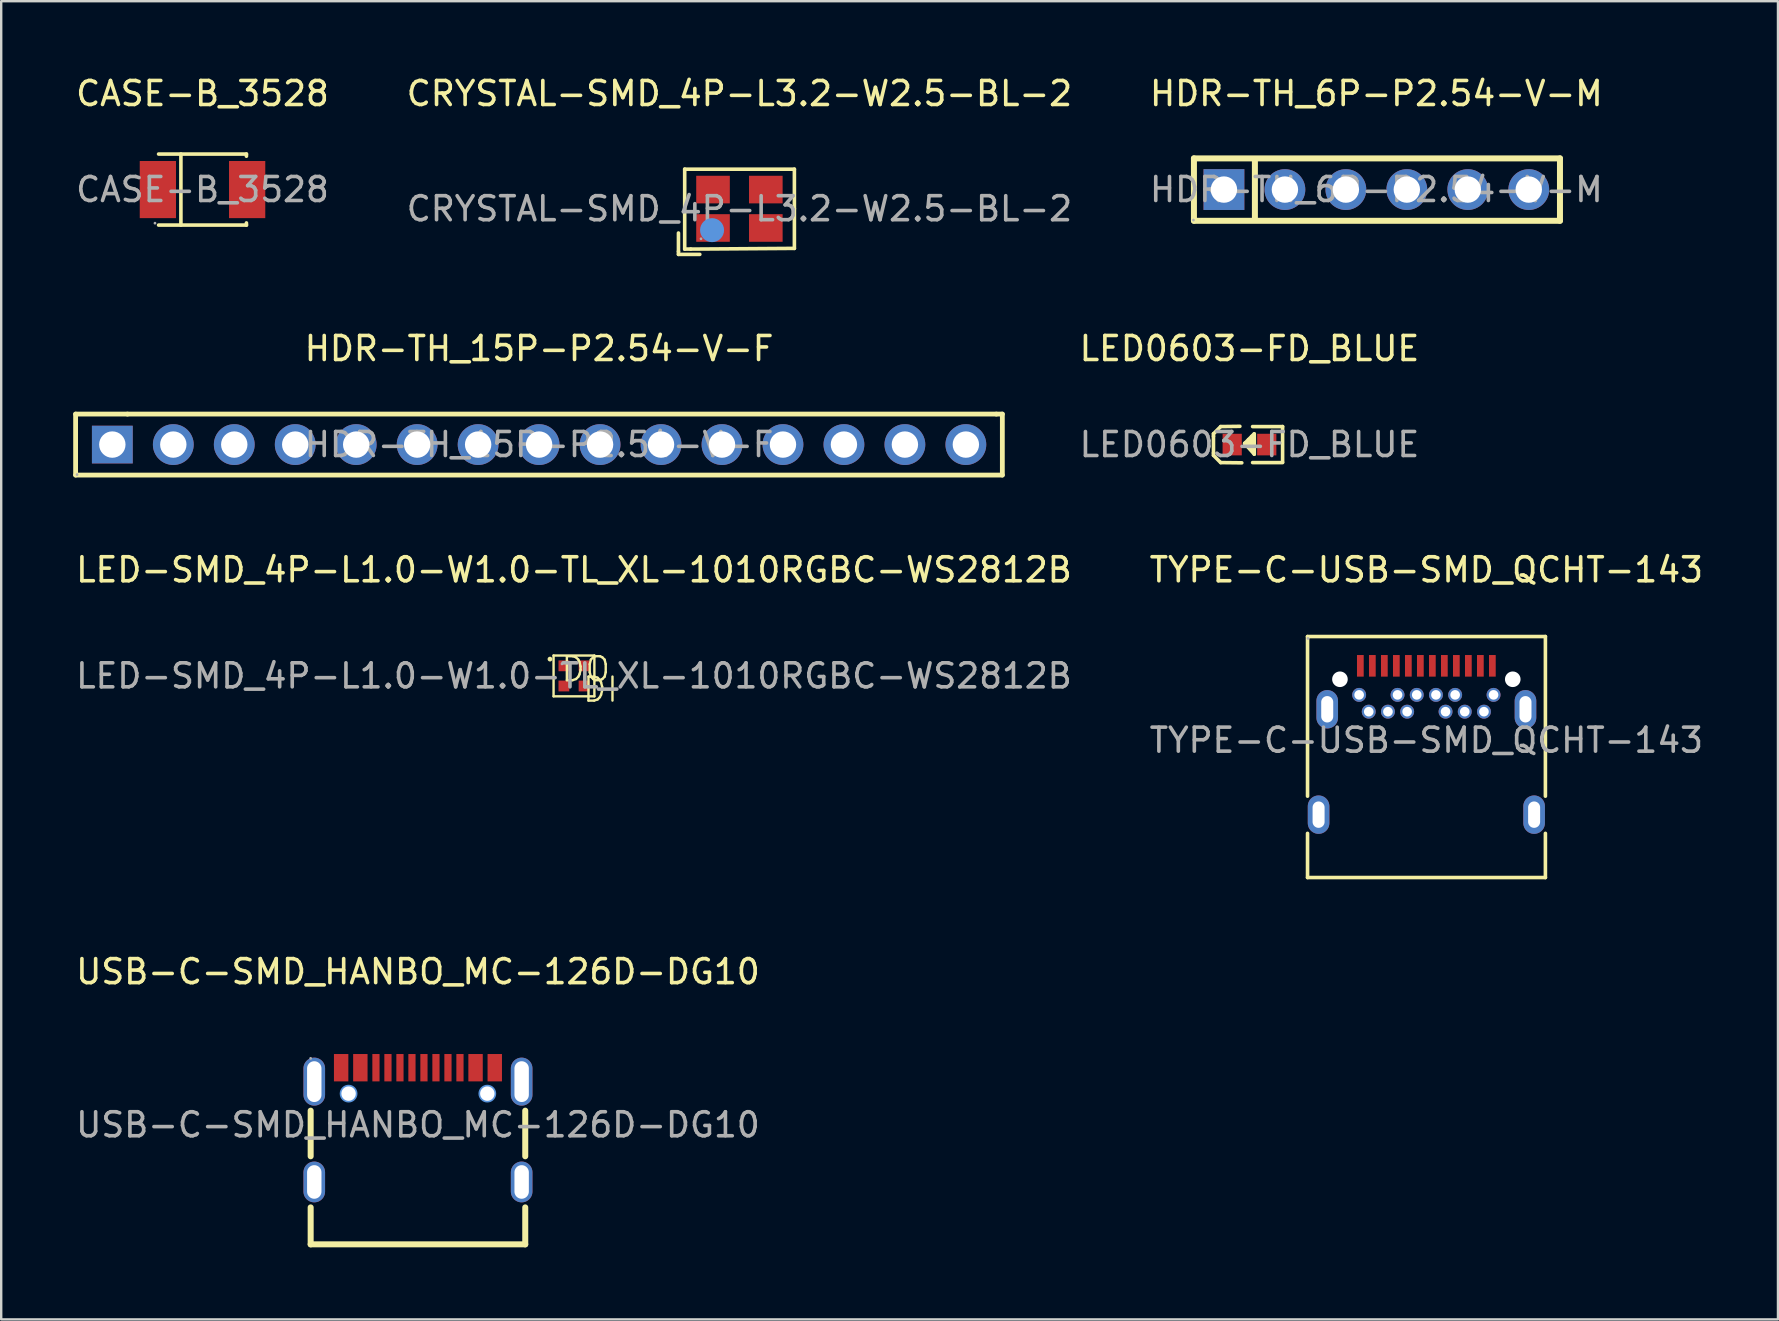
<source format=kicad_pcb>
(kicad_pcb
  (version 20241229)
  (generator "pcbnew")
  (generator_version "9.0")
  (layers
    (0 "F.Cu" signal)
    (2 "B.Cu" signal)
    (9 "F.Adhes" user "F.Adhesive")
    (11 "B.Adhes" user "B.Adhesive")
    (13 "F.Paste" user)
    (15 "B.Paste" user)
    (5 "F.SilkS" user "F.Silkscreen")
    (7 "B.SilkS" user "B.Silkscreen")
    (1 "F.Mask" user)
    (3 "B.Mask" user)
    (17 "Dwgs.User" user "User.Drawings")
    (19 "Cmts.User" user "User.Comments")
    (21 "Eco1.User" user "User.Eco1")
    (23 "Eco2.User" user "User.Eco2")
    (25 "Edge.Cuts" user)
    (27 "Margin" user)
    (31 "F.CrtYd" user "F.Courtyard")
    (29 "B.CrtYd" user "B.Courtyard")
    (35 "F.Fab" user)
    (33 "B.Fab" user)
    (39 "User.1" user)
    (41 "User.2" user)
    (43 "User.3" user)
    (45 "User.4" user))
  (footprint "TYPE-C-USB-SMD_QCHT-143"
    (layer "F.Cu")
    (at 56.375 27.79)
    (property "Reference" "TYPE-C-USB-SMD_QCHT-143" (at 0 -7.1 0) (layer "F.SilkS") (effects (font (size 1 1) (thickness 0.15))))
    (attr smd)
    (fp_line (start -4.95 -4.32) (end 4.96 -4.32) (stroke (width 0.15) (type solid)) (layer "F.SilkS"))
    (fp_line (start -4.95 2.33) (end -4.95 -4.32) (stroke (width 0.15) (type solid)) (layer "F.SilkS"))
    (fp_line (start -4.95 5.72) (end -4.95 3.88) (stroke (width 0.15) (type solid)) (layer "F.SilkS"))
    (fp_line (start 4.96 -4.32) (end 4.96 2.33) (stroke (width 0.15) (type solid)) (layer "F.SilkS"))
    (fp_line (start 4.96 3.88) (end 4.96 5.72) (stroke (width 0.15) (type solid)) (layer "F.SilkS"))
    (fp_line (start 4.96 5.72) (end -4.95 5.72) (stroke (width 0.15) (type solid)) (layer "F.SilkS"))
    (fp_circle (center -4.93 -4.24) (end -4.9 -4.24) (stroke (width 0.06) (type solid)) (fill no) (layer "F.Fab"))
    (fp_text user "${REFERENCE}" (at 0 0 0) (layer "F.Fab") (effects (font (size 1 1) (thickness 0.15))))
    (pad "" np_thru_hole circle (at -3.6 -2.54) (size 0.65 0.65) (drill 0.65) (layers "*.Cu" "*.Mask"))
    (pad "" np_thru_hole circle (at 3.6 -2.54) (size 0.65 0.65) (drill 0.65) (layers "*.Cu" "*.Mask"))
    (pad "0" thru_hole oval (at -4.49 3.1) (size 0.9 1.6) (drill oval 0.5 1.1) (layers "*.Cu" "*.Mask"))
    (pad "0" thru_hole oval (at -4.13 -1.29) (size 0.9 1.6) (drill oval 0.5 1.1) (layers "*.Cu" "*.Mask"))
    (pad "0" thru_hole oval (at 4.13 -1.29) (size 0.9 1.6) (drill oval 0.5 1.1) (layers "*.Cu" "*.Mask"))
    (pad "0" thru_hole oval (at 4.49 3.1) (size 0.9 1.6) (drill oval 0.5 1.1) (layers "*.Cu" "*.Mask"))
    (pad "A1" smd rect (at -2.75 -3.1) (size 0.28 0.9) (layers "F.Cu" "F.Mask" "F.Paste"))
    (pad "A2" smd rect (at -2.25 -3.1) (size 0.28 0.9) (layers "F.Cu" "F.Mask" "F.Paste"))
    (pad "A3" smd rect (at -1.75 -3.1) (size 0.28 0.9) (layers "F.Cu" "F.Mask" "F.Paste"))
    (pad "A4" smd rect (at -1.25 -3.1) (size 0.28 0.9) (layers "F.Cu" "F.Mask" "F.Paste"))
    (pad "A5" smd rect (at -0.75 -3.1) (size 0.28 0.9) (layers "F.Cu" "F.Mask" "F.Paste"))
    (pad "A6" smd rect (at -0.25 -3.1) (size 0.28 0.9) (layers "F.Cu" "F.Mask" "F.Paste"))
    (pad "A7" smd rect (at 0.25 -3.1) (size 0.28 0.9) (layers "F.Cu" "F.Mask" "F.Paste"))
    (pad "A8" smd rect (at 0.75 -3.1) (size 0.28 0.9) (layers "F.Cu" "F.Mask" "F.Paste"))
    (pad "A9" smd rect (at 1.25 -3.1) (size 0.28 0.9) (layers "F.Cu" "F.Mask" "F.Paste"))
    (pad "A10" smd rect (at 1.75 -3.1) (size 0.28 0.9) (layers "F.Cu" "F.Mask" "F.Paste"))
    (pad "A11" smd rect (at 2.25 -3.1) (size 0.28 0.9) (layers "F.Cu" "F.Mask" "F.Paste"))
    (pad "A12" smd rect (at 2.75 -3.1) (size 0.28 0.9) (layers "F.Cu" "F.Mask" "F.Paste"))
    (pad "B1" thru_hole circle (at 2.8 -1.89) (size 0.58 0.58) (drill 0.4) (layers "*.Cu" "*.Mask"))
    (pad "B2" thru_hole circle (at 2.4 -1.19) (size 0.58 0.58) (drill 0.4) (layers "*.Cu" "*.Mask"))
    (pad "B3" thru_hole circle (at 1.6 -1.19) (size 0.58 0.58) (drill 0.4) (layers "*.Cu" "*.Mask"))
    (pad "B4" thru_hole circle (at 1.2 -1.89) (size 0.58 0.58) (drill 0.4) (layers "*.Cu" "*.Mask"))
    (pad "B5" thru_hole circle (at 0.8 -1.19) (size 0.58 0.58) (drill 0.4) (layers "*.Cu" "*.Mask"))
    (pad "B6" thru_hole circle (at 0.4 -1.89) (size 0.58 0.58) (drill 0.4) (layers "*.Cu" "*.Mask"))
    (pad "B7" thru_hole circle (at -0.4 -1.89) (size 0.58 0.58) (drill 0.4) (layers "*.Cu" "*.Mask"))
    (pad "B8" thru_hole circle (at -0.8 -1.19) (size 0.58 0.58) (drill 0.4) (layers "*.Cu" "*.Mask"))
    (pad "B9" thru_hole circle (at -1.2 -1.89) (size 0.58 0.58) (drill 0.4) (layers "*.Cu" "*.Mask"))
    (pad "B10" thru_hole circle (at -1.6 -1.19) (size 0.58 0.58) (drill 0.4) (layers "*.Cu" "*.Mask"))
    (pad "B11" thru_hole circle (at -2.4 -1.19) (size 0.58 0.58) (drill 0.4) (layers "*.Cu" "*.Mask"))
    (pad "B12" thru_hole circle (at -2.8 -1.89) (size 0.58 0.58) (drill 0.4) (layers "*.Cu" "*.Mask")))
  (footprint "LED0603-FD_BLUE"
    (layer "F.Cu")
    (at 49.006 15.472)
    (property "Reference" "LED0603-FD_BLUE" (at 0 -4 0) (layer "F.SilkS") (effects (font (size 1 1) (thickness 0.15))))
    (attr smd)
    (fp_line (start -1.5 -0.45) (end -1.2 -0.75) (stroke (width 0.15) (type solid)) (layer "F.SilkS"))
    (fp_line (start -1.5 -0.35) (end -1.5 -0.45) (stroke (width 0.15) (type solid)) (layer "F.SilkS"))
    (fp_line (start -1.5 -0.35) (end -1.5 0.35) (stroke (width 0.15) (type solid)) (layer "F.SilkS"))
    (fp_line (start -1.5 0.35) (end -1.5 0.45) (stroke (width 0.15) (type solid)) (layer "F.SilkS"))
    (fp_line (start -1.5 0.45) (end -1.2 0.75) (stroke (width 0.15) (type solid)) (layer "F.SilkS"))
    (fp_line (start -0.4 -0.76) (end -1.2 -0.75) (stroke (width 0.15) (type solid)) (layer "F.SilkS"))
    (fp_line (start -0.32 0.76) (end -1.2 0.75) (stroke (width 0.15) (type solid)) (layer "F.SilkS"))
    (fp_line (start -0.2 -0.05) (end 0.2 0.4) (stroke (width 0.15) (type solid)) (layer "F.SilkS"))
    (fp_line (start -0.04 -0.21) (end -0.04 0.1) (stroke (width 0.15) (type solid)) (layer "F.SilkS"))
    (fp_line (start -0.04 0.1) (end -0.05 0.1) (stroke (width 0.15) (type solid)) (layer "F.SilkS"))
    (fp_line (start 0.09 -0.34) (end 0.09 0.15) (stroke (width 0.15) (type solid)) (layer "F.SilkS"))
    (fp_line (start 0.09 0.15) (end 0.04 0.19) (stroke (width 0.15) (type solid)) (layer "F.SilkS"))
    (fp_line (start 0.1 -0.05) (end -0.2 -0.05) (stroke (width 0.15) (type solid)) (layer "F.SilkS"))
    (fp_line (start 0.13 -0.75) (end 1.38 -0.75) (stroke (width 0.15) (type solid)) (layer "F.SilkS"))
    (fp_line (start 0.13 0.75) (end 1.38 0.75) (stroke (width 0.15) (type solid)) (layer "F.SilkS"))
    (fp_line (start 0.19 -0.44) (end -0.2 -0.05) (stroke (width 0.15) (type solid)) (layer "F.SilkS"))
    (fp_line (start 0.2 0.4) (end 0.2 -0.45) (stroke (width 0.15) (type solid)) (layer "F.SilkS"))
    (fp_line (start 1.38 -0.75) (end 1.38 0.73) (stroke (width 0.15) (type solid)) (layer "F.SilkS"))
    (fp_circle (center -0.8 0.4) (end -0.77 0.4) (stroke (width 0.06) (type solid)) (fill no) (layer "F.Fab"))
    (fp_text user "${REFERENCE}" (at 0 0 0) (layer "F.Fab") (effects (font (size 1 1) (thickness 0.15))))
    (pad "1" smd rect (at -0.72 0 180) (size 0.8 0.9) (layers "F.Cu" "F.Mask" "F.Paste"))
    (pad "2" smd rect (at 0.72 0 180) (size 0.8 0.9) (layers "F.Cu" "F.Mask" "F.Paste")))
  (footprint "LED-SMD_4P-L1.0-W1.0-TL_XL-1010RGBC-WS2812B"
    (layer "F.Cu")
    (at 20.863 25.11)
    (property "Reference" "LED-SMD_4P-L1.0-W1.0-TL_XL-1010RGBC-WS2812B" (at 0 -4.42 0) (layer "F.SilkS") (effects (font (size 1 1) (thickness 0.15))))
    (attr smd)
    (fp_line (start -0.85 -0.85) (end -0.85 0.85) (stroke (width 0.1) (type solid)) (layer "F.SilkS"))
    (fp_line (start -0.85 0.85) (end 0.85 0.85) (stroke (width 0.1) (type solid)) (layer "F.SilkS"))
    (fp_line (start 0.85 -0.85) (end -0.85 -0.85) (stroke (width 0.1) (type solid)) (layer "F.SilkS"))
    (fp_line (start 0.85 0.85) (end 0.85 -0.85) (stroke (width 0.1) (type solid)) (layer "F.SilkS"))
    (fp_circle (center -1 -0.7) (end -0.95 -0.7) (stroke (width 0.1) (type solid)) (fill no) (layer "F.SilkS"))
    (fp_circle (center -0.5 -0.5) (end -0.47 -0.5) (stroke (width 0.06) (type solid)) (fill no) (layer "F.Fab"))
    (fp_text user "DO" (at -0.6 -0.28 0) (layer "F.SilkS") (effects (font (size 1 1) (thickness 0.1)) (justify left)))
    (fp_text user "DI" (at 0.3 0.57 0) (layer "F.SilkS") (effects (font (size 1 1) (thickness 0.1)) (justify left)))
    (fp_text user "${REFERENCE}" (at 0 0 0) (layer "F.Fab") (effects (font (size 1 1) (thickness 0.15))))
    (pad "1" smd rect (at -0.42 -0.42) (size 0.45 0.45) (layers "F.Cu" "F.Mask" "F.Paste"))
    (pad "2" smd rect (at 0.42 -0.42) (size 0.45 0.45) (layers "F.Cu" "F.Mask" "F.Paste"))
    (pad "3" smd rect (at -0.42 0.42) (size 0.45 0.45) (layers "F.Cu" "F.Mask" "F.Paste"))
    (pad "4" smd rect (at 0.42 0.42) (size 0.45 0.45) (layers "F.Cu" "F.Mask" "F.Paste")))
  (footprint "USB-C-SMD_HANBO_MC-126D-DG10"
    (layer "F.Cu")
    (at 14.363 43.813)
    (property "Reference" "USB-C-SMD_HANBO_MC-126D-DG10" (at 0 -6.38 0) (layer "F.SilkS") (effects (font (size 1 1) (thickness 0.15))))
    (attr smd)
    (fp_line (start -4.47 1.31) (end -4.47 -0.59) (stroke (width 0.25) (type solid)) (layer "F.SilkS"))
    (fp_line (start -4.47 4.98) (end -4.47 3.44) (stroke (width 0.25) (type solid)) (layer "F.SilkS"))
    (fp_line (start -4.47 4.98) (end 4.47 4.98) (stroke (width 0.25) (type solid)) (layer "F.SilkS"))
    (fp_line (start 4.47 1.31) (end 4.47 -0.59) (stroke (width 0.25) (type solid)) (layer "F.SilkS"))
    (fp_line (start 4.47 4.98) (end 4.47 3.44) (stroke (width 0.25) (type solid)) (layer "F.SilkS"))
    (fp_circle (center -2.89 -1.3) (end -2.77 -1.3) (stroke (width 0.25) (type solid)) (fill no) (layer "Cmts.User"))
    (fp_circle (center 2.89 -1.3) (end 3.01 -1.3) (stroke (width 0.25) (type solid)) (fill no) (layer "Cmts.User"))
    (fp_circle (center -4.47 -2.77) (end -4.44 -2.77) (stroke (width 0.06) (type solid)) (fill no) (layer "F.Fab"))
    (fp_text user "${REFERENCE}" (at 0 0 0) (layer "F.Fab") (effects (font (size 1 1) (thickness 0.15))))
    (pad "" np_thru_hole circle (at -2.89 -1.3) (size 0.6 0.6) (drill 0.6) (layers "*.Cu" "*.Mask"))
    (pad "" np_thru_hole circle (at 2.89 -1.3) (size 0.6 0.6) (drill 0.6) (layers "*.Cu" "*.Mask"))
    (pad "13" thru_hole oval (at -4.32 -1.8) (size 0.9 2) (drill oval 0.6 1.7) (layers "*.Cu" "*.Mask"))
    (pad "13" thru_hole oval (at -4.32 2.38) (size 0.9 1.7) (drill oval 0.6 1.4) (layers "*.Cu" "*.Mask"))
    (pad "13" thru_hole oval (at 4.32 -1.8) (size 0.9 2) (drill oval 0.6 1.7) (layers "*.Cu" "*.Mask"))
    (pad "13" thru_hole oval (at 4.32 2.38) (size 0.9 1.7) (drill oval 0.6 1.4) (layers "*.Cu" "*.Mask"))
    (pad "A1B12" smd rect (at -3.2 -2.38) (size 0.6 1.14) (layers "F.Cu" "F.Mask" "F.Paste"))
    (pad "A4B9" smd rect (at -2.4 -2.38) (size 0.6 1.14) (layers "F.Cu" "F.Mask" "F.Paste"))
    (pad "A5" smd rect (at -1.25 -2.38) (size 0.3 1.14) (layers "F.Cu" "F.Mask" "F.Paste"))
    (pad "A6" smd rect (at -0.25 -2.38) (size 0.3 1.14) (layers "F.Cu" "F.Mask" "F.Paste"))
    (pad "A7" smd rect (at 0.25 -2.38) (size 0.3 1.14) (layers "F.Cu" "F.Mask" "F.Paste"))
    (pad "A8" smd rect (at 1.25 -2.38) (size 0.3 1.14) (layers "F.Cu" "F.Mask" "F.Paste"))
    (pad "B1A12" smd rect (at 3.2 -2.38) (size 0.6 1.14) (layers "F.Cu" "F.Mask" "F.Paste"))
    (pad "B4A9" smd rect (at 2.4 -2.38) (size 0.6 1.14) (layers "F.Cu" "F.Mask" "F.Paste"))
    (pad "B5" smd rect (at 1.75 -2.38) (size 0.3 1.14) (layers "F.Cu" "F.Mask" "F.Paste"))
    (pad "B6" smd rect (at 0.75 -2.38) (size 0.3 1.14) (layers "F.Cu" "F.Mask" "F.Paste"))
    (pad "B7" smd rect (at -0.75 -2.38) (size 0.3 1.14) (layers "F.Cu" "F.Mask" "F.Paste"))
    (pad "B8" smd rect (at -1.75 -2.38) (size 0.3 1.14) (layers "F.Cu" "F.Mask" "F.Paste")))
  (footprint "HDR-TH_15P-P2.54-V-F"
    (layer "F.Cu")
    (at 19.41 15.472)
    (property "Reference" "HDR-TH_15P-P2.54-V-F" (at 0 -4 0) (layer "F.SilkS") (effects (font (size 1 1) (thickness 0.15))))
    (attr through_hole)
    (fp_line (start -19.31 -1.27) (end -19.31 1.27) (stroke (width 0.2) (type solid)) (layer "F.SilkS"))
    (fp_line (start -19.31 1.27) (end 19.3 1.27) (stroke (width 0.2) (type solid)) (layer "F.SilkS"))
    (fp_line (start -17.15 -1.27) (end -19.31 -1.27) (stroke (width 0.2) (type solid)) (layer "F.SilkS"))
    (fp_line (start 19.05 -1.27) (end -17.15 -1.27) (stroke (width 0.2) (type solid)) (layer "F.SilkS"))
    (fp_line (start 19.3 -1.27) (end 19.05 -1.27) (stroke (width 0.2) (type solid)) (layer "F.SilkS"))
    (fp_line (start 19.3 1.27) (end 19.3 -1.27) (stroke (width 0.2) (type solid)) (layer "F.SilkS"))
    (fp_circle (center -19.25 1.25) (end -19.22 1.25) (stroke (width 0.06) (type solid)) (fill no) (layer "F.Fab"))
    (fp_text user "${REFERENCE}" (at 0 0 0) (layer "F.Fab") (effects (font (size 1 1) (thickness 0.15))))
    (pad "1" thru_hole rect (at -17.78 0) (size 1.7 1.57) (drill 1.1) (layers "*.Cu" "*.Mask"))
    (pad "2" thru_hole circle (at -15.24 0) (size 1.7 1.7) (drill 1.1) (layers "*.Cu" "*.Mask"))
    (pad "3" thru_hole circle (at -12.7 0) (size 1.7 1.7) (drill 1.1) (layers "*.Cu" "*.Mask"))
    (pad "4" thru_hole circle (at -10.16 0) (size 1.7 1.7) (drill 1.1) (layers "*.Cu" "*.Mask"))
    (pad "5" thru_hole circle (at -7.62 0) (size 1.7 1.7) (drill 1.1) (layers "*.Cu" "*.Mask"))
    (pad "6" thru_hole circle (at -5.08 0) (size 1.7 1.7) (drill 1.1) (layers "*.Cu" "*.Mask"))
    (pad "7" thru_hole circle (at -2.54 0) (size 1.7 1.7) (drill 1.1) (layers "*.Cu" "*.Mask"))
    (pad "8" thru_hole circle (at 0 0) (size 1.7 1.7) (drill 1.1) (layers "*.Cu" "*.Mask"))
    (pad "9" thru_hole circle (at 2.54 0) (size 1.7 1.7) (drill 1.1) (layers "*.Cu" "*.Mask"))
    (pad "10" thru_hole circle (at 5.08 0) (size 1.7 1.7) (drill 1.1) (layers "*.Cu" "*.Mask"))
    (pad "11" thru_hole circle (at 7.62 0) (size 1.7 1.7) (drill 1.1) (layers "*.Cu" "*.Mask"))
    (pad "12" thru_hole circle (at 10.16 0) (size 1.7 1.7) (drill 1.1) (layers "*.Cu" "*.Mask"))
    (pad "13" thru_hole circle (at 12.7 0) (size 1.7 1.7) (drill 1.1) (layers "*.Cu" "*.Mask"))
    (pad "14" thru_hole circle (at 15.24 0) (size 1.7 1.7) (drill 1.1) (layers "*.Cu" "*.Mask"))
    (pad "15" thru_hole circle (at 17.78 0) (size 1.7 1.7) (drill 1.1) (layers "*.Cu" "*.Mask")))
  (footprint "HDR-TH_6P-P2.54-V-M"
    (layer "F.Cu")
    (at 54.292 4.848)
    (property "Reference" "HDR-TH_6P-P2.54-V-M" (at 0 -4 0) (layer "F.SilkS") (effects (font (size 1 1) (thickness 0.15))))
    (attr through_hole)
    (fp_line (start -7.6 -1.3) (end 7.65 -1.3) (stroke (width 0.25) (type solid)) (layer "F.SilkS"))
    (fp_line (start -7.6 1.3) (end -7.6 -1.3) (stroke (width 0.25) (type solid)) (layer "F.SilkS"))
    (fp_line (start -5.06 -1.27) (end -5.06 1.27) (stroke (width 0.25) (type solid)) (layer "F.SilkS"))
    (fp_line (start 7.65 -1.3) (end 7.65 1.3) (stroke (width 0.25) (type solid)) (layer "F.SilkS"))
    (fp_line (start 7.65 1.3) (end -7.6 1.3) (stroke (width 0.25) (type solid)) (layer "F.SilkS"))
    (fp_circle (center -7.62 1.27) (end -7.59 1.27) (stroke (width 0.06) (type solid)) (fill no) (layer "F.Fab"))
    (fp_text user "${REFERENCE}" (at 0 0 0) (layer "F.Fab") (effects (font (size 1 1) (thickness 0.15))))
    (pad "1" thru_hole rect (at -6.35 0) (size 1.7 1.7) (drill 1.1) (layers "*.Cu" "*.Mask"))
    (pad "2" thru_hole circle (at -3.81 0) (size 1.7 1.7) (drill 1.1) (layers "*.Cu" "*.Mask"))
    (pad "3" thru_hole circle (at -1.27 0) (size 1.7 1.7) (drill 1.1) (layers "*.Cu" "*.Mask"))
    (pad "4" thru_hole circle (at 1.27 0) (size 1.7 1.7) (drill 1.1) (layers "*.Cu" "*.Mask"))
    (pad "5" thru_hole circle (at 3.81 0) (size 1.7 1.7) (drill 1.1) (layers "*.Cu" "*.Mask"))
    (pad "6" thru_hole circle (at 6.35 0) (size 1.7 1.7) (drill 1.1) (layers "*.Cu" "*.Mask")))
  (footprint "CRYSTAL-SMD_4P-L3.2-W2.5-BL-2"
    (layer "F.Cu")
    (at 27.756 5.648)
    (property "Reference" "CRYSTAL-SMD_4P-L3.2-W2.5-BL-2" (at 0 -4.8 0) (layer "F.SilkS") (effects (font (size 1 1) (thickness 0.15))))
    (attr smd)
    (fp_line (start -2.54 1.01) (end -2.54 1.78) (stroke (width 0.15) (type solid)) (layer "F.SilkS"))
    (fp_line (start -2.54 1.78) (end -2.54 1.9) (stroke (width 0.15) (type solid)) (layer "F.SilkS"))
    (fp_line (start -2.54 1.9) (end -1.65 1.9) (stroke (width 0.15) (type solid)) (layer "F.SilkS"))
    (fp_line (start -2.28 -1.65) (end 2.29 -1.65) (stroke (width 0.15) (type solid)) (layer "F.SilkS"))
    (fp_line (start -2.28 1.68) (end -2.28 -1.65) (stroke (width 0.15) (type solid)) (layer "F.SilkS"))
    (fp_line (start -2.03 1.68) (end -2.28 1.68) (stroke (width 0.15) (type solid)) (layer "F.SilkS"))
    (fp_line (start 2.29 -1.65) (end 2.29 0) (stroke (width 0.15) (type solid)) (layer "F.SilkS"))
    (fp_line (start 2.29 0) (end 2.29 1.65) (stroke (width 0.15) (type solid)) (layer "F.SilkS"))
    (fp_line (start 2.29 1.65) (end -2.03 1.68) (stroke (width 0.15) (type solid)) (layer "F.SilkS"))
    (fp_circle (center -1.14 0.89) (end -0.89 0.89) (stroke (width 0.5) (type solid)) (fill no) (layer "Cmts.User"))
    (fp_circle (center -1.6 1.25) (end -1.57 1.25) (stroke (width 0.06) (type solid)) (fill no) (layer "F.Fab"))
    (fp_text user "${REFERENCE}" (at 0 0 0) (layer "F.Fab") (effects (font (size 1 1) (thickness 0.15))))
    (pad "1" smd rect (at -1.1 0.8) (size 1.4 1.15) (layers "F.Cu" "F.Mask" "F.Paste"))
    (pad "2" smd rect (at 1.1 0.8) (size 1.4 1.15) (layers "F.Cu" "F.Mask" "F.Paste"))
    (pad "3" smd rect (at 1.1 -0.8) (size 1.4 1.15) (layers "F.Cu" "F.Mask" "F.Paste"))
    (pad "4" smd rect (at -1.1 -0.8) (size 1.4 1.15) (layers "F.Cu" "F.Mask" "F.Paste")))
  (footprint "CASE-B_3528"
    (layer "F.Cu")
    (at 5.387 4.848)
    (property "Reference" "CASE-B_3528" (at 0 -4 0) (layer "F.SilkS") (effects (font (size 1 1) (thickness 0.15))))
    (attr smd)
    (fp_line (start -0.9 1.48) (end -0.9 -1.48) (stroke (width 0.15) (type solid)) (layer "F.SilkS"))
    (fp_line (start 1.83 -1.48) (end -1.83 -1.48) (stroke (width 0.15) (type solid)) (layer "F.SilkS"))
    (fp_line (start 1.83 -1.48) (end 1.83 -1.39) (stroke (width 0.15) (type solid)) (layer "F.SilkS"))
    (fp_line (start 1.83 1.48) (end -1.83 1.48) (stroke (width 0.15) (type solid)) (layer "F.SilkS"))
    (fp_line (start 1.83 1.48) (end 1.83 1.39) (stroke (width 0.15) (type solid)) (layer "F.SilkS"))
    (fp_circle (center -1.98 1.4) (end -1.95 1.4) (stroke (width 0.06) (type solid)) (fill no) (layer "F.Fab"))
    (fp_text user "${REFERENCE}" (at 0 0 0) (layer "F.Fab") (effects (font (size 1 1) (thickness 0.15))))
    (pad "1" smd rect (at -1.86 0 180) (size 1.51 2.38) (layers "F.Cu" "F.Mask" "F.Paste"))
    (pad "2" smd rect (at 1.86 0 180) (size 1.51 2.38) (layers "F.Cu" "F.Mask" "F.Paste")))
  (gr_rect
    (start -3 -3)
    (end 71.024 51.918)
    (stroke (width 0.1) (type default))
    (fill no)
    (layer "Edge.Cuts")))
</source>
